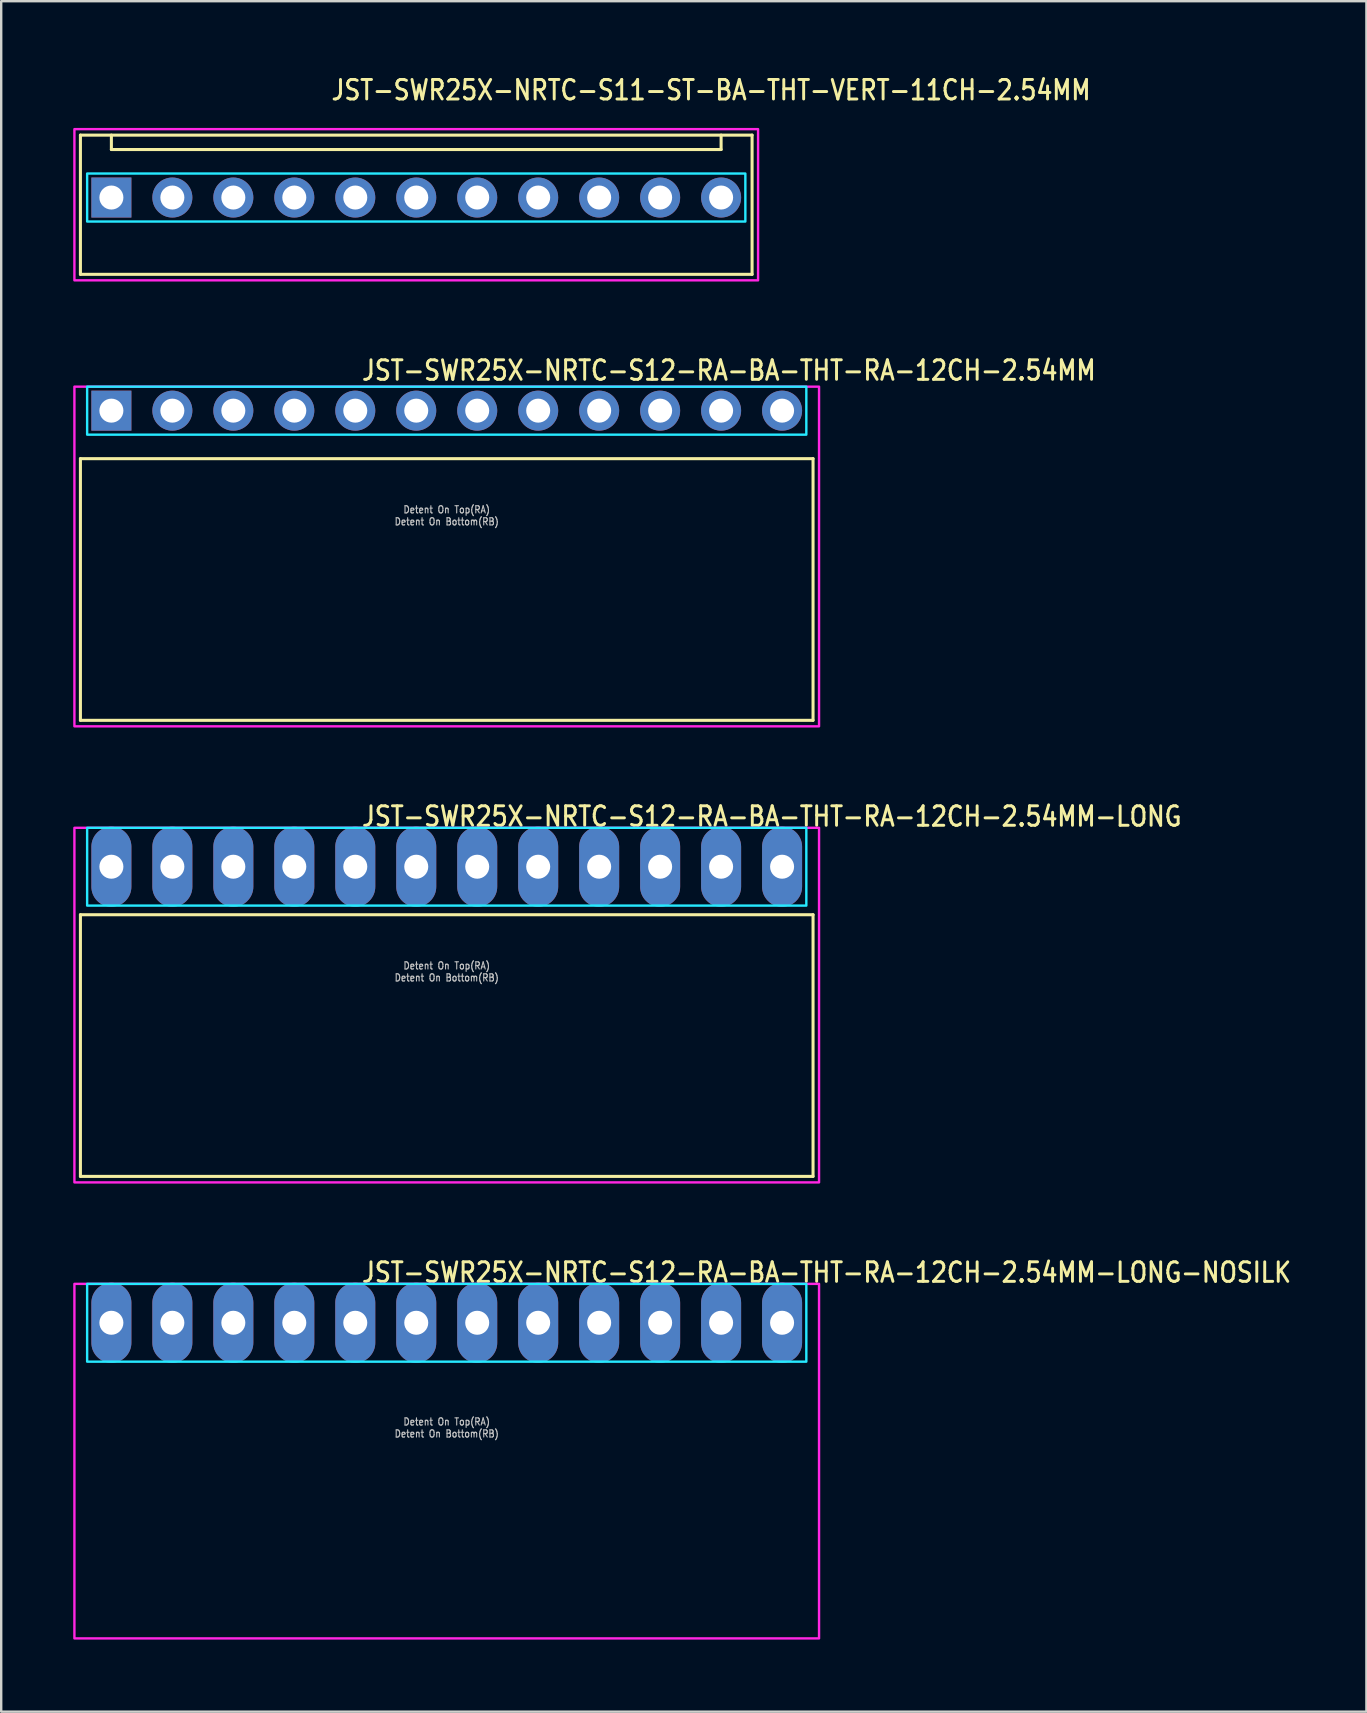
<source format=kicad_pcb>
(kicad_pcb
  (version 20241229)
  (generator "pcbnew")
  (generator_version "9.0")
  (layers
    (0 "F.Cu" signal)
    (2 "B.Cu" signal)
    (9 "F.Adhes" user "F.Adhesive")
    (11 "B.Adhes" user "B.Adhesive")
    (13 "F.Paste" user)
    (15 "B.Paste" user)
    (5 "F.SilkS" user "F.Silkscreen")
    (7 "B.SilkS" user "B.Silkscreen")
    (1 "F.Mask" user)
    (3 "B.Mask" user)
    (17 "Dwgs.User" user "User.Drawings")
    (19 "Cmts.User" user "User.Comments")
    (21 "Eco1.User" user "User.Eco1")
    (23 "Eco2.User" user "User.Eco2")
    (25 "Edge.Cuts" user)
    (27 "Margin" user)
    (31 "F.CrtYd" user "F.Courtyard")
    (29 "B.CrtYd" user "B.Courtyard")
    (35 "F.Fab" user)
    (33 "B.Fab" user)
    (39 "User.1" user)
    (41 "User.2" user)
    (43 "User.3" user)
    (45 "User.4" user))
  (footprint "JST-SWR25X-NRTC-S12-RA-BA-THT-RA-12CH-2.54MM-LONG-NOSILK"
    (layer "F.Cu")
    (at 15.56 52.054)
    (property "Reference" "JST-SWR25X-NRTC-S12-RA-BA-THT-RA-12CH-2.54MM-LONG-NOSILK" (at -3.6 -1.62 0) (unlocked yes) (layer "F.SilkS") (effects (font (size 0.813 0.695) (thickness 0.122)) (justify left bottom)))
    (fp_poly (pts (xy -14.98 -1.62) (xy -14.98 1.62) (xy 14.98 1.62) (xy 14.98 -1.62)) (stroke (width 0.1) (type solid)) (fill no) (layer "B.CrtYd"))
    (fp_poly (pts (xy -15.51 -1.62) (xy -15.51 13.15) (xy 15.51 13.15) (xy 15.51 -1.62)) (stroke (width 0.1) (type solid)) (fill no) (layer "F.CrtYd"))
    (fp_text user "Detent On Bottom(RB)" (at 0 4.8 0) (unlocked yes) (layer "Dwgs.User") (effects (font (size 0.3 0.257) (thickness 0.045)) (justify bottom)))
    (fp_text user "Detent On Top(RA)" (at 0 4.3 0) (unlocked yes) (layer "Dwgs.User") (effects (font (size 0.3 0.257) (thickness 0.045)) (justify bottom)))
    (pad "P$1" thru_hole oval (at -13.97 0 90) (size 3.333 1.667) (drill 1) (layers "*.Cu" "*.Mask"))
    (pad "P$2" thru_hole oval (at -11.43 0 90) (size 3.333 1.667) (drill 1) (layers "*.Cu" "*.Mask"))
    (pad "P$3" thru_hole oval (at -8.89 0 90) (size 3.333 1.667) (drill 1) (layers "*.Cu" "*.Mask"))
    (pad "P$4" thru_hole oval (at -6.35 0 90) (size 3.333 1.667) (drill 1) (layers "*.Cu" "*.Mask"))
    (pad "P$5" thru_hole oval (at -3.81 0 90) (size 3.333 1.667) (drill 1) (layers "*.Cu" "*.Mask"))
    (pad "P$6" thru_hole oval (at -1.27 0 90) (size 3.333 1.667) (drill 1) (layers "*.Cu" "*.Mask"))
    (pad "P$7" thru_hole oval (at 1.27 0 90) (size 3.333 1.667) (drill 1) (layers "*.Cu" "*.Mask"))
    (pad "P$8" thru_hole oval (at 3.81 0 90) (size 3.333 1.667) (drill 1) (layers "*.Cu" "*.Mask"))
    (pad "P$9" thru_hole oval (at 6.35 0 90) (size 3.333 1.667) (drill 1) (layers "*.Cu" "*.Mask"))
    (pad "P$10" thru_hole oval (at 8.89 0 90) (size 3.333 1.667) (drill 1) (layers "*.Cu" "*.Mask"))
    (pad "P$11" thru_hole oval (at 11.43 0 90) (size 3.333 1.667) (drill 1) (layers "*.Cu" "*.Mask"))
    (pad "P$12" thru_hole oval (at 13.97 0 90) (size 3.333 1.667) (drill 1) (layers "*.Cu" "*.Mask")))
  (footprint "JST-SWR25X-NRTC-S12-RA-BA-THT-RA-12CH-2.54MM"
    (layer "F.Cu")
    (at 15.56 14.057)
    (property "Reference" "JST-SWR25X-NRTC-S12-RA-BA-THT-RA-12CH-2.54MM" (at -3.6 -1.2 0) (unlocked yes) (layer "F.SilkS") (effects (font (size 0.813 0.695) (thickness 0.122)) (justify left bottom)))
    (fp_line (start -15.26 2) (end 15.26 2) (stroke (width 0.127) (type solid)) (layer "F.SilkS"))
    (fp_line (start -15.26 12.9) (end -15.26 2) (stroke (width 0.127) (type solid)) (layer "F.SilkS"))
    (fp_line (start -15.26 12.9) (end 15.26 12.9) (stroke (width 0.127) (type solid)) (layer "F.SilkS"))
    (fp_line (start 15.26 2) (end 15.26 12.9) (stroke (width 0.127) (type solid)) (layer "F.SilkS"))
    (fp_poly (pts (xy -14.98 -1) (xy -14.98 1) (xy 14.98 1) (xy 14.98 -1)) (stroke (width 0.1) (type solid)) (fill no) (layer "B.CrtYd"))
    (fp_poly (pts (xy -15.51 -1) (xy -15.51 13.15) (xy 15.51 13.15) (xy 15.51 -1)) (stroke (width 0.1) (type solid)) (fill no) (layer "F.CrtYd"))
    (fp_text user "Detent On Bottom(RB)" (at 0 4.8 0) (unlocked yes) (layer "Dwgs.User") (effects (font (size 0.3 0.257) (thickness 0.045)) (justify bottom)))
    (fp_text user "Detent On Top(RA)" (at 0 4.3 0) (unlocked yes) (layer "Dwgs.User") (effects (font (size 0.3 0.257) (thickness 0.045)) (justify bottom)))
    (pad "P$1" thru_hole rect (at -13.97 0) (size 1.667 1.667) (drill 1) (layers "*.Cu" "*.Mask"))
    (pad "P$2" thru_hole oval (at -11.43 0) (size 1.667 1.667) (drill 1) (layers "*.Cu" "*.Mask"))
    (pad "P$3" thru_hole oval (at -8.89 0) (size 1.667 1.667) (drill 1) (layers "*.Cu" "*.Mask"))
    (pad "P$4" thru_hole oval (at -6.35 0) (size 1.667 1.667) (drill 1) (layers "*.Cu" "*.Mask"))
    (pad "P$5" thru_hole oval (at -3.81 0) (size 1.667 1.667) (drill 1) (layers "*.Cu" "*.Mask"))
    (pad "P$6" thru_hole oval (at -1.27 0) (size 1.667 1.667) (drill 1) (layers "*.Cu" "*.Mask"))
    (pad "P$7" thru_hole oval (at 1.27 0) (size 1.667 1.667) (drill 1) (layers "*.Cu" "*.Mask"))
    (pad "P$8" thru_hole oval (at 3.81 0) (size 1.667 1.667) (drill 1) (layers "*.Cu" "*.Mask"))
    (pad "P$9" thru_hole oval (at 6.35 0) (size 1.667 1.667) (drill 1) (layers "*.Cu" "*.Mask"))
    (pad "P$10" thru_hole oval (at 8.89 0) (size 1.667 1.667) (drill 1) (layers "*.Cu" "*.Mask"))
    (pad "P$11" thru_hole oval (at 11.43 0) (size 1.667 1.667) (drill 1) (layers "*.Cu" "*.Mask"))
    (pad "P$12" thru_hole oval (at 13.97 0) (size 1.667 1.667) (drill 1) (layers "*.Cu" "*.Mask")))
  (footprint "JST-SWR25X-NRTC-S11-ST-BA-THT-VERT-11CH-2.54MM"
    (layer "F.Cu")
    (at 14.29 5.179)
    (property "Reference" "JST-SWR25X-NRTC-S11-ST-BA-THT-VERT-11CH-2.54MM" (at -3.6 -4 0) (unlocked yes) (layer "F.SilkS") (effects (font (size 0.813 0.695) (thickness 0.122)) (justify left bottom)))
    (fp_line (start -13.99 -2.6) (end 13.99 -2.6) (stroke (width 0.127) (type solid)) (layer "F.SilkS"))
    (fp_line (start -13.99 3.2) (end -13.99 -2.6) (stroke (width 0.127) (type solid)) (layer "F.SilkS"))
    (fp_line (start -13.99 3.2) (end 13.99 3.2) (stroke (width 0.127) (type solid)) (layer "F.SilkS"))
    (fp_line (start -12.7 -2.6) (end -12.7 -2) (stroke (width 0.127) (type solid)) (layer "F.SilkS"))
    (fp_line (start -12.7 -2) (end 12.7 -2) (stroke (width 0.127) (type solid)) (layer "F.SilkS"))
    (fp_line (start 12.7 -2.6) (end 12.7 -2) (stroke (width 0.127) (type solid)) (layer "F.SilkS"))
    (fp_line (start 13.99 -2.6) (end 13.99 3.2) (stroke (width 0.127) (type solid)) (layer "F.SilkS"))
    (fp_poly (pts (xy -13.71 -1) (xy -13.71 1) (xy 13.71 1) (xy 13.71 -1)) (stroke (width 0.1) (type solid)) (fill no) (layer "B.CrtYd"))
    (fp_poly (pts (xy -14.24 -2.85) (xy -14.24 3.45) (xy 14.24 3.45) (xy 14.24 -2.85)) (stroke (width 0.1) (type solid)) (fill no) (layer "F.CrtYd"))
    (pad "1" thru_hole rect (at -12.7 0) (size 1.667 1.667) (drill 1) (layers "*.Cu" "*.Mask"))
    (pad "2" thru_hole oval (at -10.16 0) (size 1.667 1.667) (drill 1) (layers "*.Cu" "*.Mask"))
    (pad "3" thru_hole oval (at -7.62 0) (size 1.667 1.667) (drill 1) (layers "*.Cu" "*.Mask"))
    (pad "4" thru_hole oval (at -5.08 0) (size 1.667 1.667) (drill 1) (layers "*.Cu" "*.Mask"))
    (pad "5" thru_hole oval (at -2.54 0) (size 1.667 1.667) (drill 1) (layers "*.Cu" "*.Mask"))
    (pad "6" thru_hole oval (at 0 0) (size 1.667 1.667) (drill 1) (layers "*.Cu" "*.Mask"))
    (pad "7" thru_hole oval (at 2.54 0) (size 1.667 1.667) (drill 1) (layers "*.Cu" "*.Mask"))
    (pad "8" thru_hole oval (at 5.08 0) (size 1.667 1.667) (drill 1) (layers "*.Cu" "*.Mask"))
    (pad "9" thru_hole oval (at 7.62 0) (size 1.667 1.667) (drill 1) (layers "*.Cu" "*.Mask"))
    (pad "10" thru_hole oval (at 10.16 0) (size 1.667 1.667) (drill 1) (layers "*.Cu" "*.Mask"))
    (pad "11" thru_hole oval (at 12.7 0) (size 1.667 1.667) (drill 1) (layers "*.Cu" "*.Mask")))
  (footprint "JST-SWR25X-NRTC-S12-RA-BA-THT-RA-12CH-2.54MM-LONG"
    (layer "F.Cu")
    (at 15.56 33.056)
    (property "Reference" "JST-SWR25X-NRTC-S12-RA-BA-THT-RA-12CH-2.54MM-LONG" (at -3.6 -1.62 0) (unlocked yes) (layer "F.SilkS") (effects (font (size 0.813 0.695) (thickness 0.122)) (justify left bottom)))
    (fp_line (start -15.26 2) (end 15.26 2) (stroke (width 0.127) (type solid)) (layer "F.SilkS"))
    (fp_line (start -15.26 12.9) (end -15.26 2) (stroke (width 0.127) (type solid)) (layer "F.SilkS"))
    (fp_line (start -15.26 12.9) (end 15.26 12.9) (stroke (width 0.127) (type solid)) (layer "F.SilkS"))
    (fp_line (start 15.26 2) (end 15.26 12.9) (stroke (width 0.127) (type solid)) (layer "F.SilkS"))
    (fp_poly (pts (xy -14.98 -1.62) (xy -14.98 1.62) (xy 14.98 1.62) (xy 14.98 -1.62)) (stroke (width 0.1) (type solid)) (fill no) (layer "B.CrtYd"))
    (fp_poly (pts (xy -15.51 -1.62) (xy -15.51 13.15) (xy 15.51 13.15) (xy 15.51 -1.62)) (stroke (width 0.1) (type solid)) (fill no) (layer "F.CrtYd"))
    (fp_text user "Detent On Bottom(RB)" (at 0 4.8 0) (unlocked yes) (layer "Dwgs.User") (effects (font (size 0.3 0.257) (thickness 0.045)) (justify bottom)))
    (fp_text user "Detent On Top(RA)" (at 0 4.3 0) (unlocked yes) (layer "Dwgs.User") (effects (font (size 0.3 0.257) (thickness 0.045)) (justify bottom)))
    (pad "1" thru_hole oval (at -13.97 0 90) (size 3.333 1.667) (drill 1) (layers "*.Cu" "*.Mask"))
    (pad "2" thru_hole oval (at -11.43 0 90) (size 3.333 1.667) (drill 1) (layers "*.Cu" "*.Mask"))
    (pad "3" thru_hole oval (at -8.89 0 90) (size 3.333 1.667) (drill 1) (layers "*.Cu" "*.Mask"))
    (pad "4" thru_hole oval (at -6.35 0 90) (size 3.333 1.667) (drill 1) (layers "*.Cu" "*.Mask"))
    (pad "5" thru_hole oval (at -3.81 0 90) (size 3.333 1.667) (drill 1) (layers "*.Cu" "*.Mask"))
    (pad "6" thru_hole oval (at -1.27 0 90) (size 3.333 1.667) (drill 1) (layers "*.Cu" "*.Mask"))
    (pad "7" thru_hole oval (at 1.27 0 90) (size 3.333 1.667) (drill 1) (layers "*.Cu" "*.Mask"))
    (pad "8" thru_hole oval (at 3.81 0 90) (size 3.333 1.667) (drill 1) (layers "*.Cu" "*.Mask"))
    (pad "9" thru_hole oval (at 6.35 0 90) (size 3.333 1.667) (drill 1) (layers "*.Cu" "*.Mask"))
    (pad "10" thru_hole oval (at 8.89 0 90) (size 3.333 1.667) (drill 1) (layers "*.Cu" "*.Mask"))
    (pad "11" thru_hole oval (at 11.43 0 90) (size 3.333 1.667) (drill 1) (layers "*.Cu" "*.Mask"))
    (pad "12" thru_hole oval (at 13.97 0 90) (size 3.333 1.667) (drill 1) (layers "*.Cu" "*.Mask")))
  (gr_rect
    (start -3 -3)
    (end 53.872 68.254)
    (stroke (width 0.1) (type default))
    (fill no)
    (layer "Edge.Cuts")))
</source>
